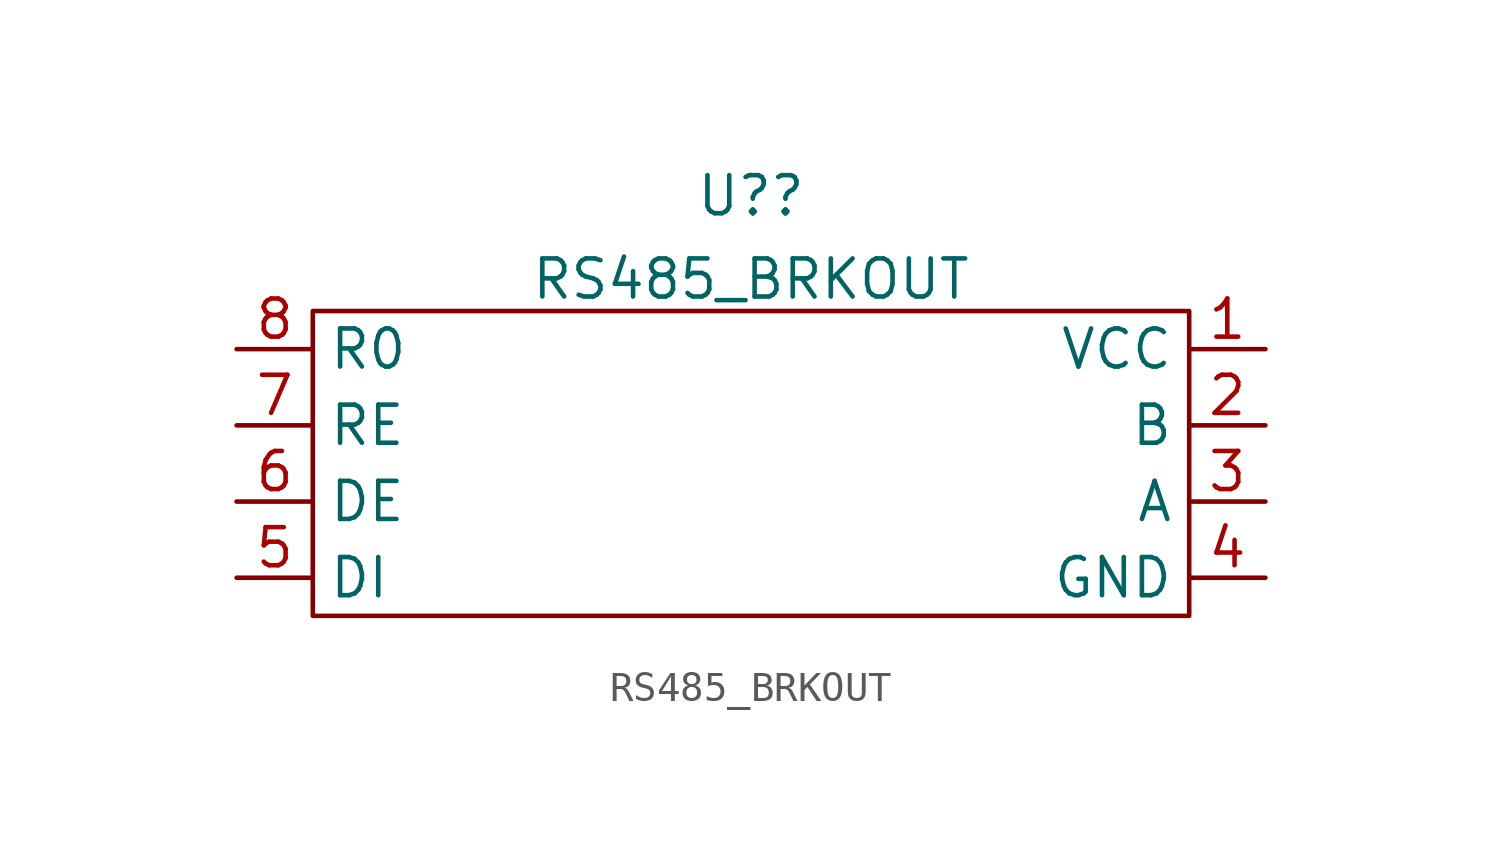
<source format=kicad_sym>
(kicad_symbol_lib
  (version 20211014)
  (generator kicad_symbol_editor)
  (symbol "RS485_BRKOUT"
    (property "Reference" "U?"
      (at -14.605 13.999 0)
      (effects (font (size 1.27 1.27))))
    (property "Value" "RS485_BRKOUT"
      (at -14.605 11.224 0)
      (effects (font (size 1.27 1.27))))
    (symbol "RS485_BRKOUT_0_1"
      (rectangle (start -29.21 10.16) (end 0 0) (stroke (width 0) (type default) (color 0 0 0 0)) (fill (type none))))
    (symbol "RS485_BRKOUT_1_1"
      (pin power_in line (at 2.54 8.89 180) (length 2.54) (name "VCC" (effects (font (size 1.27 1.27)))) (number "1" (effects (font (size 1.27 1.27)))))
      (pin bidirectional line (at 2.54 6.35 180) (length 2.54) (name "B" (effects (font (size 1.27 1.27)))) (number "2" (effects (font (size 1.27 1.27)))))
      (pin bidirectional line (at 2.54 3.81 180) (length 2.54) (name "A" (effects (font (size 1.27 1.27)))) (number "3" (effects (font (size 1.27 1.27)))))
      (pin power_in line (at 2.54 1.27 180) (length 2.54) (name "GND" (effects (font (size 1.27 1.27)))) (number "4" (effects (font (size 1.27 1.27)))))
      (pin bidirectional line (at -31.75 1.27 0) (length 2.54) (name "DI" (effects (font (size 1.27 1.27)))) (number "5" (effects (font (size 1.27 1.27)))))
      (pin bidirectional line (at -31.75 3.81 0) (length 2.54) (name "DE" (effects (font (size 1.27 1.27)))) (number "6" (effects (font (size 1.27 1.27)))))
      (pin bidirectional line (at -31.75 6.35 0) (length 2.54) (name "RE" (effects (font (size 1.27 1.27)))) (number "7" (effects (font (size 1.27 1.27)))))
      (pin bidirectional line (at -31.75 8.89 0) (length 2.54) (name "R0" (effects (font (size 1.27 1.27)))) (number "8" (effects (font (size 1.27 1.27))))))))
</source>
